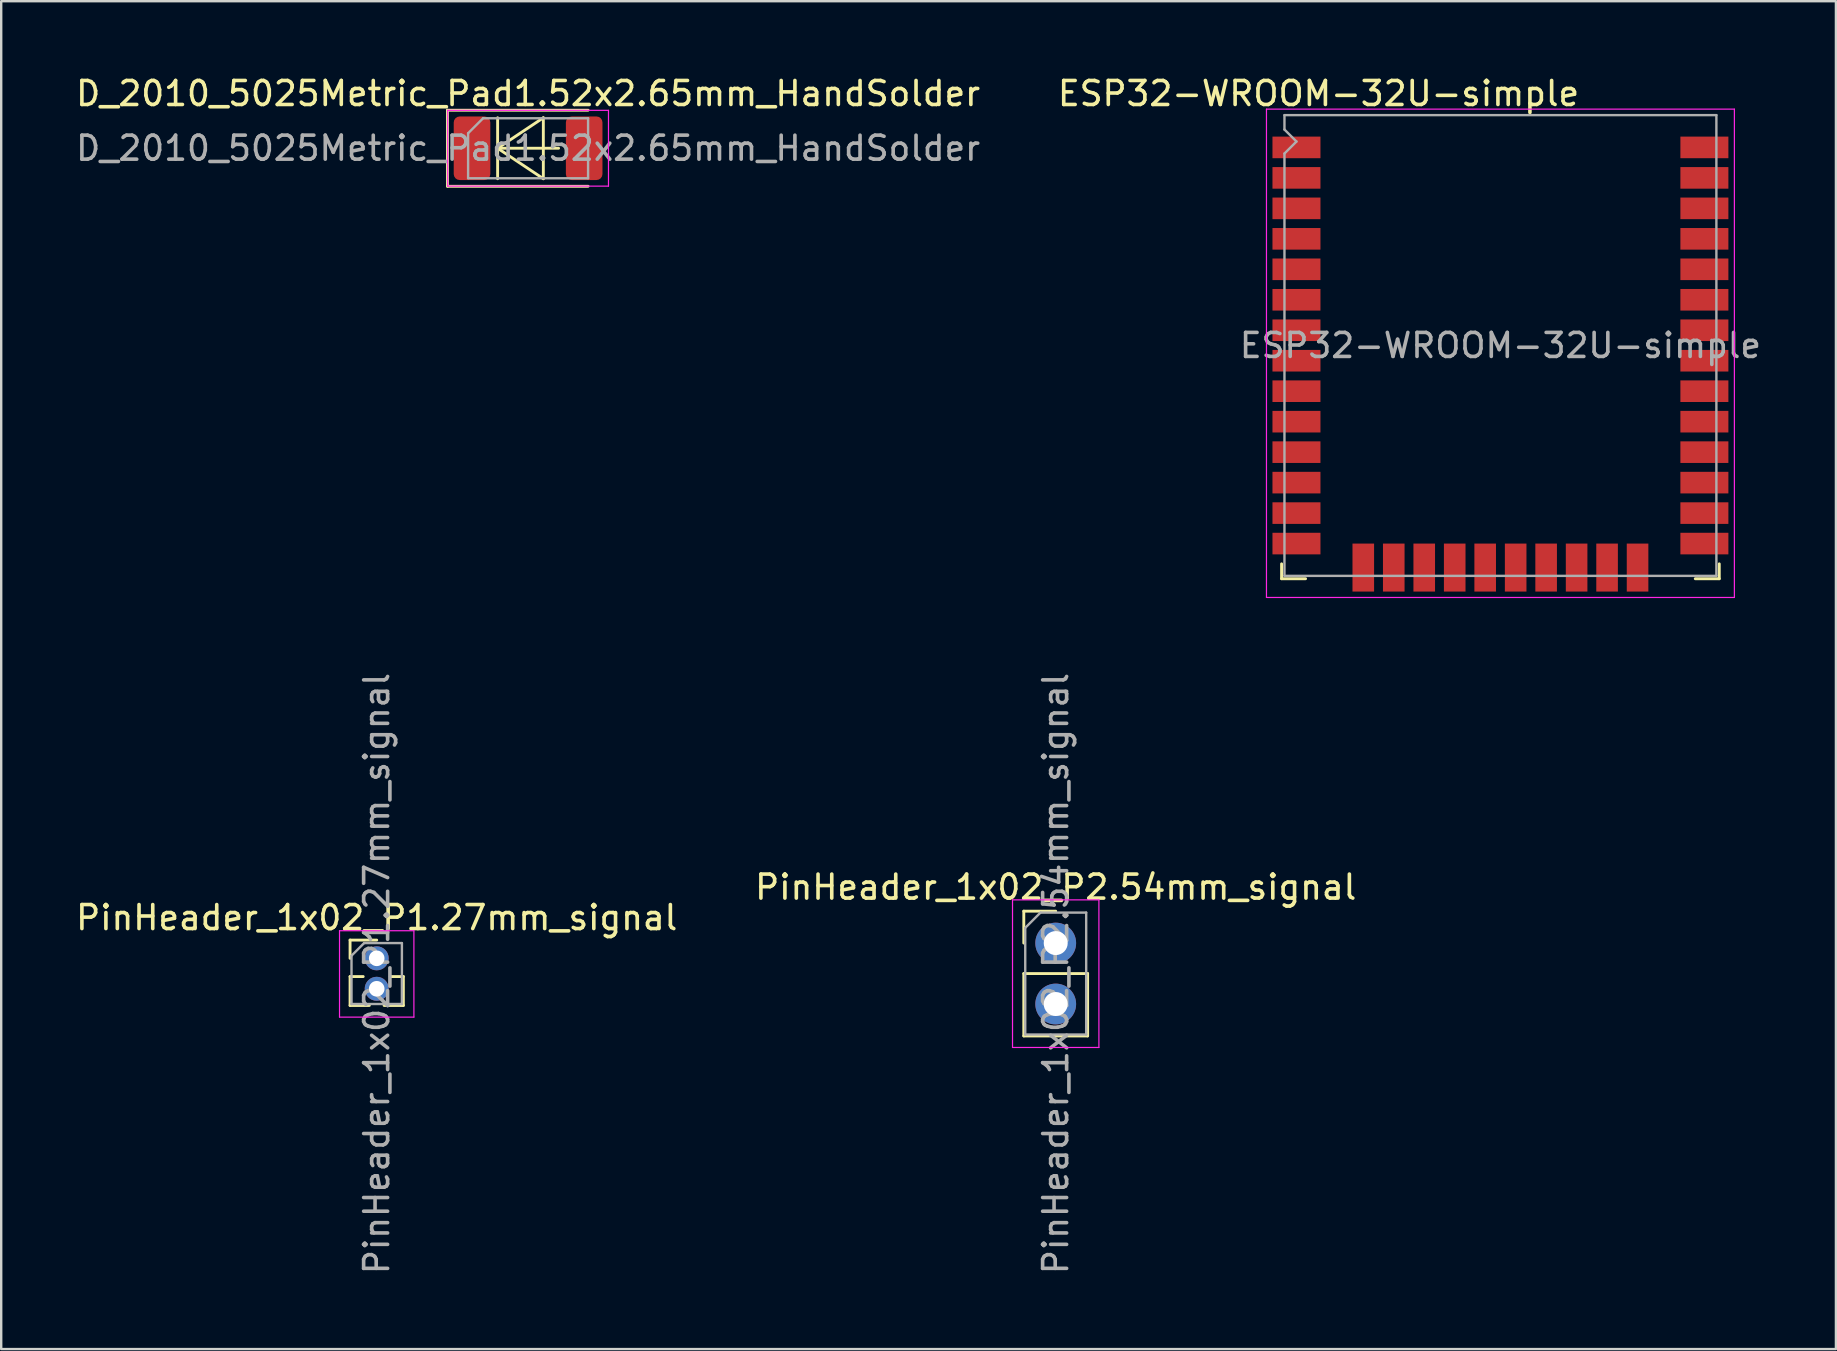
<source format=kicad_pcb>
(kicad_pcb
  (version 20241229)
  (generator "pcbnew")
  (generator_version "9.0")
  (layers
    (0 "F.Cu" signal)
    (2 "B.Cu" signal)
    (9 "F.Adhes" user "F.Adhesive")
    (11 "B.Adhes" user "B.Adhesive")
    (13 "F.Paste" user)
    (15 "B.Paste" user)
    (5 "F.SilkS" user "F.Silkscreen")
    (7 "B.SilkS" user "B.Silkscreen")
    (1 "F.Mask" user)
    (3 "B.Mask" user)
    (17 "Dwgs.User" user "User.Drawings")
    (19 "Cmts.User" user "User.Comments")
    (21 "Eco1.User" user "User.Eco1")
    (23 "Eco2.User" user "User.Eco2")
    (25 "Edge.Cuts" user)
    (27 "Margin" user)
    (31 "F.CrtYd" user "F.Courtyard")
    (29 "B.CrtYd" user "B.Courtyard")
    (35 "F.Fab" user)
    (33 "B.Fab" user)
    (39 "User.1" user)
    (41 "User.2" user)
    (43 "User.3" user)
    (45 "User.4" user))
  (footprint "D_2010_5025Metric_Pad1.52x2.65mm_HandSolder"
    (layer "F.Cu")
    (at 18.958 3.128)
    (property "Reference" "D_2010_5025Metric_Pad1.52x2.65mm_HandSolder" (at 0 -2.28 0) (layer "F.SilkS") (effects (font (size 1 1) (thickness 0.15))))
    (attr smd)
    (fp_line (start -3.36 -1.585) (end -3.36 1.585) (stroke (width 0.12) (type solid)) (layer "F.SilkS"))
    (fp_line (start -3.36 1.585) (end 2.5 1.585) (stroke (width 0.12) (type solid)) (layer "F.SilkS"))
    (fp_line (start -1.27 0) (end 0.635 -1.27) (stroke (width 0.12) (type solid)) (layer "F.SilkS"))
    (fp_line (start -1.27 0) (end 1.27 0) (stroke (width 0.12) (type solid)) (layer "F.SilkS"))
    (fp_line (start -1.27 1.27) (end -1.27 -1.27) (stroke (width 0.12) (type solid)) (layer "F.SilkS"))
    (fp_line (start 0.635 -1.27) (end 0.635 1.27) (stroke (width 0.12) (type solid)) (layer "F.SilkS"))
    (fp_line (start 0.635 1.27) (end -1.27 0) (stroke (width 0.12) (type solid)) (layer "F.SilkS"))
    (fp_line (start 2.5 -1.585) (end -3.36 -1.585) (stroke (width 0.12) (type solid)) (layer "F.SilkS"))
    (fp_line (start -3.35 -1.58) (end 3.35 -1.58) (stroke (width 0.05) (type solid)) (layer "F.CrtYd"))
    (fp_line (start -3.35 1.58) (end -3.35 -1.58) (stroke (width 0.05) (type solid)) (layer "F.CrtYd"))
    (fp_line (start 3.35 -1.58) (end 3.35 1.58) (stroke (width 0.05) (type solid)) (layer "F.CrtYd"))
    (fp_line (start 3.35 1.58) (end -3.35 1.58) (stroke (width 0.05) (type solid)) (layer "F.CrtYd"))
    (fp_line (start -2.5 -0.625) (end -2.5 1.25) (stroke (width 0.1) (type solid)) (layer "F.Fab"))
    (fp_line (start -2.5 1.25) (end 2.5 1.25) (stroke (width 0.1) (type solid)) (layer "F.Fab"))
    (fp_line (start -1.875 -1.25) (end -2.5 -0.625) (stroke (width 0.1) (type solid)) (layer "F.Fab"))
    (fp_line (start 2.5 -1.25) (end -1.875 -1.25) (stroke (width 0.1) (type solid)) (layer "F.Fab"))
    (fp_line (start 2.5 1.25) (end 2.5 -1.25) (stroke (width 0.1) (type solid)) (layer "F.Fab"))
    (fp_text user "${REFERENCE}" (at 0 0 0) (layer "F.Fab") (effects (font (size 1 1) (thickness 0.15))))
    (pad "1" smd roundrect (at -2.337 0) (size 1.525 2.65) (layers "F.Cu" "F.Mask" "F.Paste") (roundrect_rratio 0.164))
    (pad "2" smd roundrect (at 2.337 0) (size 1.525 2.65) (layers "F.Cu" "F.Mask" "F.Paste") (roundrect_rratio 0.164)))
  (footprint "PinHeader_1x02_P1.27mm_signal"
    (layer "F.Cu")
    (at 12.649 36.887)
    (property "Reference" "PinHeader_1x02_P1.27mm_signal" (at 0 -1.695 0) (layer "F.SilkS") (effects (font (size 1 1) (thickness 0.15))))
    (attr through_hole)
    (fp_line (start -1.11 -0.76) (end 0 -0.76) (stroke (width 0.12) (type solid)) (layer "F.SilkS"))
    (fp_line (start -1.11 0) (end -1.11 -0.76) (stroke (width 0.12) (type solid)) (layer "F.SilkS"))
    (fp_line (start -1.11 0.76) (end -1.11 1.965) (stroke (width 0.12) (type solid)) (layer "F.SilkS"))
    (fp_line (start -1.11 0.76) (end -0.563 0.76) (stroke (width 0.12) (type solid)) (layer "F.SilkS"))
    (fp_line (start -1.11 1.965) (end -0.308 1.965) (stroke (width 0.12) (type solid)) (layer "F.SilkS"))
    (fp_line (start 0.308 1.965) (end 1.11 1.965) (stroke (width 0.12) (type solid)) (layer "F.SilkS"))
    (fp_line (start 0.563 0.76) (end 1.11 0.76) (stroke (width 0.12) (type solid)) (layer "F.SilkS"))
    (fp_line (start 1.11 0.76) (end 1.11 1.965) (stroke (width 0.12) (type solid)) (layer "F.SilkS"))
    (fp_line (start -1.55 -1.15) (end -1.55 2.45) (stroke (width 0.05) (type solid)) (layer "F.CrtYd"))
    (fp_line (start -1.55 2.45) (end 1.55 2.45) (stroke (width 0.05) (type solid)) (layer "F.CrtYd"))
    (fp_line (start 1.55 -1.15) (end -1.55 -1.15) (stroke (width 0.05) (type solid)) (layer "F.CrtYd"))
    (fp_line (start 1.55 2.45) (end 1.55 -1.15) (stroke (width 0.05) (type solid)) (layer "F.CrtYd"))
    (fp_line (start -1.05 -0.11) (end -0.525 -0.635) (stroke (width 0.1) (type solid)) (layer "F.Fab"))
    (fp_line (start -1.05 1.905) (end -1.05 -0.11) (stroke (width 0.1) (type solid)) (layer "F.Fab"))
    (fp_line (start -0.525 -0.635) (end 1.05 -0.635) (stroke (width 0.1) (type solid)) (layer "F.Fab"))
    (fp_line (start 1.05 -0.635) (end 1.05 1.905) (stroke (width 0.1) (type solid)) (layer "F.Fab"))
    (fp_line (start 1.05 1.905) (end -1.05 1.905) (stroke (width 0.1) (type solid)) (layer "F.Fab"))
    (fp_text user "${REFERENCE}" (at 0 0.635 90) (layer "F.Fab") (effects (font (size 1 1) (thickness 0.15))))
    (pad "1" thru_hole oval (at 0 0) (size 1 1) (drill 0.65) (layers "*.Cu" "*.Mask"))
    (pad "2" thru_hole oval (at 0 1.27) (size 1 1) (drill 0.65) (layers "*.Cu" "*.Mask")))
  (footprint "PinHeader_1x02_P2.54mm_signal"
    (layer "F.Cu")
    (at 40.946 36.252)
    (property "Reference" "PinHeader_1x02_P2.54mm_signal" (at 0 -2.33 0) (layer "F.SilkS") (effects (font (size 1 1) (thickness 0.15))))
    (attr through_hole)
    (fp_line (start -1.33 -1.33) (end 0 -1.33) (stroke (width 0.12) (type solid)) (layer "F.SilkS"))
    (fp_line (start -1.33 0) (end -1.33 -1.33) (stroke (width 0.12) (type solid)) (layer "F.SilkS"))
    (fp_line (start -1.33 1.27) (end -1.33 3.87) (stroke (width 0.12) (type solid)) (layer "F.SilkS"))
    (fp_line (start -1.33 1.27) (end 1.33 1.27) (stroke (width 0.12) (type solid)) (layer "F.SilkS"))
    (fp_line (start -1.33 3.87) (end 1.33 3.87) (stroke (width 0.12) (type solid)) (layer "F.SilkS"))
    (fp_line (start 1.33 1.27) (end 1.33 3.87) (stroke (width 0.12) (type solid)) (layer "F.SilkS"))
    (fp_line (start -1.8 -1.8) (end -1.8 4.35) (stroke (width 0.05) (type solid)) (layer "F.CrtYd"))
    (fp_line (start -1.8 4.35) (end 1.8 4.35) (stroke (width 0.05) (type solid)) (layer "F.CrtYd"))
    (fp_line (start 1.8 -1.8) (end -1.8 -1.8) (stroke (width 0.05) (type solid)) (layer "F.CrtYd"))
    (fp_line (start 1.8 4.35) (end 1.8 -1.8) (stroke (width 0.05) (type solid)) (layer "F.CrtYd"))
    (fp_line (start -1.27 -0.635) (end -0.635 -1.27) (stroke (width 0.1) (type solid)) (layer "F.Fab"))
    (fp_line (start -1.27 3.81) (end -1.27 -0.635) (stroke (width 0.1) (type solid)) (layer "F.Fab"))
    (fp_line (start -0.635 -1.27) (end 1.27 -1.27) (stroke (width 0.1) (type solid)) (layer "F.Fab"))
    (fp_line (start 1.27 -1.27) (end 1.27 3.81) (stroke (width 0.1) (type solid)) (layer "F.Fab"))
    (fp_line (start 1.27 3.81) (end -1.27 3.81) (stroke (width 0.1) (type solid)) (layer "F.Fab"))
    (fp_text user "${REFERENCE}" (at 0 1.27 90) (layer "F.Fab") (effects (font (size 1 1) (thickness 0.15))))
    (pad "1" thru_hole oval (at 0 0) (size 1.7 1.7) (drill 1) (layers "*.Cu" "*.Mask"))
    (pad "2" thru_hole oval (at 0 2.54) (size 1.7 1.7) (drill 1) (layers "*.Cu" "*.Mask")))
  (footprint "ESP32-WROOM-32U-simple"
    (layer "F.Cu")
    (at 59.479 11.348)
    (property "Reference" "ESP32-WROOM-32U-simple" (at -7.58 -10.5 180) (layer "F.SilkS") (effects (font (size 1 1) (thickness 0.15))))
    (attr smd)
    (fp_line (start -9.12 9.1) (end -9.12 9.72) (stroke (width 0.12) (type solid)) (layer "F.SilkS"))
    (fp_line (start -9.12 9.72) (end -8.12 9.72) (stroke (width 0.12) (type solid)) (layer "F.SilkS"))
    (fp_line (start 9.12 9.1) (end 9.12 9.72) (stroke (width 0.12) (type solid)) (layer "F.SilkS"))
    (fp_line (start 9.12 9.72) (end 8.12 9.72) (stroke (width 0.12) (type solid)) (layer "F.SilkS"))
    (fp_line (start -9.75 10.5) (end -9.75 -9.85) (stroke (width 0.05) (type solid)) (layer "F.CrtYd"))
    (fp_line (start -9.75 10.5) (end 9.75 10.5) (stroke (width 0.05) (type solid)) (layer "F.CrtYd"))
    (fp_line (start 9.75 -9.85) (end -9.75 -9.85) (stroke (width 0.05) (type solid)) (layer "F.CrtYd"))
    (fp_line (start 9.75 -9.85) (end 9.75 10.5) (stroke (width 0.05) (type solid)) (layer "F.CrtYd"))
    (fp_line (start -9 -9.6) (end -9 -9) (stroke (width 0.1) (type solid)) (layer "F.Fab"))
    (fp_line (start -9 -9.6) (end 9 -9.6) (stroke (width 0.1) (type solid)) (layer "F.Fab"))
    (fp_line (start -9 -8) (end -9 9.6) (stroke (width 0.1) (type solid)) (layer "F.Fab"))
    (fp_line (start -9 -8) (end -8.5 -8.5) (stroke (width 0.1) (type solid)) (layer "F.Fab"))
    (fp_line (start -9 9.6) (end 9 9.6) (stroke (width 0.1) (type solid)) (layer "F.Fab"))
    (fp_line (start -8.5 -8.5) (end -9 -9) (stroke (width 0.1) (type solid)) (layer "F.Fab"))
    (fp_line (start 9 9.6) (end 9 -9.6) (stroke (width 0.1) (type solid)) (layer "F.Fab"))
    (fp_text user "${REFERENCE}" (at 0 0 0) (layer "F.Fab") (effects (font (size 1 1) (thickness 0.15))))
    (pad "1" smd rect (at -8.5 -8.255) (size 2 0.9) (layers "F.Cu" "F.Mask" "F.Paste"))
    (pad "2" smd rect (at -8.5 -6.985) (size 2 0.9) (layers "F.Cu" "F.Mask" "F.Paste"))
    (pad "3" smd rect (at -8.5 -5.715) (size 2 0.9) (layers "F.Cu" "F.Mask" "F.Paste"))
    (pad "4" smd rect (at -8.5 -4.445) (size 2 0.9) (layers "F.Cu" "F.Mask" "F.Paste"))
    (pad "5" smd rect (at -8.5 -3.175) (size 2 0.9) (layers "F.Cu" "F.Mask" "F.Paste"))
    (pad "6" smd rect (at -8.5 -1.905) (size 2 0.9) (layers "F.Cu" "F.Mask" "F.Paste"))
    (pad "7" smd rect (at -8.5 -0.635) (size 2 0.9) (layers "F.Cu" "F.Mask" "F.Paste"))
    (pad "8" smd rect (at -8.5 0.635) (size 2 0.9) (layers "F.Cu" "F.Mask" "F.Paste"))
    (pad "9" smd rect (at -8.5 1.905) (size 2 0.9) (layers "F.Cu" "F.Mask" "F.Paste"))
    (pad "10" smd rect (at -8.5 3.175) (size 2 0.9) (layers "F.Cu" "F.Mask" "F.Paste"))
    (pad "11" smd rect (at -8.5 4.445) (size 2 0.9) (layers "F.Cu" "F.Mask" "F.Paste"))
    (pad "12" smd rect (at -8.5 5.715) (size 2 0.9) (layers "F.Cu" "F.Mask" "F.Paste"))
    (pad "13" smd rect (at -8.5 6.985) (size 2 0.9) (layers "F.Cu" "F.Mask" "F.Paste"))
    (pad "14" smd rect (at -8.5 8.255) (size 2 0.9) (layers "F.Cu" "F.Mask" "F.Paste"))
    (pad "15" smd rect (at -5.715 9.255 270) (size 2 0.9) (layers "F.Cu" "F.Mask" "F.Paste"))
    (pad "16" smd rect (at -4.445 9.255 90) (size 2 0.9) (layers "F.Cu" "F.Mask" "F.Paste"))
    (pad "17" smd rect (at -3.175 9.255 90) (size 2 0.9) (layers "F.Cu" "F.Mask" "F.Paste"))
    (pad "18" smd rect (at -1.905 9.255 90) (size 2 0.9) (layers "F.Cu" "F.Mask" "F.Paste"))
    (pad "19" smd rect (at -0.635 9.255 90) (size 2 0.9) (layers "F.Cu" "F.Mask" "F.Paste"))
    (pad "20" smd rect (at 0.635 9.255 90) (size 2 0.9) (layers "F.Cu" "F.Mask" "F.Paste"))
    (pad "21" smd rect (at 1.905 9.255 90) (size 2 0.9) (layers "F.Cu" "F.Mask" "F.Paste"))
    (pad "22" smd rect (at 3.175 9.255 90) (size 2 0.9) (layers "F.Cu" "F.Mask" "F.Paste"))
    (pad "23" smd rect (at 4.445 9.255 90) (size 2 0.9) (layers "F.Cu" "F.Mask" "F.Paste"))
    (pad "24" smd rect (at 5.715 9.255 90) (size 2 0.9) (layers "F.Cu" "F.Mask" "F.Paste"))
    (pad "25" smd rect (at 8.5 8.255) (size 2 0.9) (layers "F.Cu" "F.Mask" "F.Paste"))
    (pad "26" smd rect (at 8.5 6.985) (size 2 0.9) (layers "F.Cu" "F.Mask" "F.Paste"))
    (pad "27" smd rect (at 8.5 5.715) (size 2 0.9) (layers "F.Cu" "F.Mask" "F.Paste"))
    (pad "28" smd rect (at 8.5 4.445) (size 2 0.9) (layers "F.Cu" "F.Mask" "F.Paste"))
    (pad "29" smd rect (at 8.5 3.175) (size 2 0.9) (layers "F.Cu" "F.Mask" "F.Paste"))
    (pad "30" smd rect (at 8.5 1.905) (size 2 0.9) (layers "F.Cu" "F.Mask" "F.Paste"))
    (pad "31" smd rect (at 8.5 0.635) (size 2 0.9) (layers "F.Cu" "F.Mask" "F.Paste"))
    (pad "32" smd rect (at 8.5 -0.635) (size 2 0.9) (layers "F.Cu" "F.Mask" "F.Paste"))
    (pad "33" smd rect (at 8.5 -1.905) (size 2 0.9) (layers "F.Cu" "F.Mask" "F.Paste"))
    (pad "34" smd rect (at 8.5 -3.175) (size 2 0.9) (layers "F.Cu" "F.Mask" "F.Paste"))
    (pad "35" smd rect (at 8.5 -4.445) (size 2 0.9) (layers "F.Cu" "F.Mask" "F.Paste"))
    (pad "36" smd rect (at 8.5 -5.715) (size 2 0.9) (layers "F.Cu" "F.Mask" "F.Paste"))
    (pad "37" smd rect (at 8.5 -6.985) (size 2 0.9) (layers "F.Cu" "F.Mask" "F.Paste"))
    (pad "38" smd rect (at 8.5 -8.255) (size 2 0.9) (layers "F.Cu" "F.Mask" "F.Paste")))
  (gr_rect
    (start -3 -3)
    (end 73.461 53.171)
    (stroke (width 0.1) (type default))
    (fill no)
    (layer "Edge.Cuts")))
</source>
